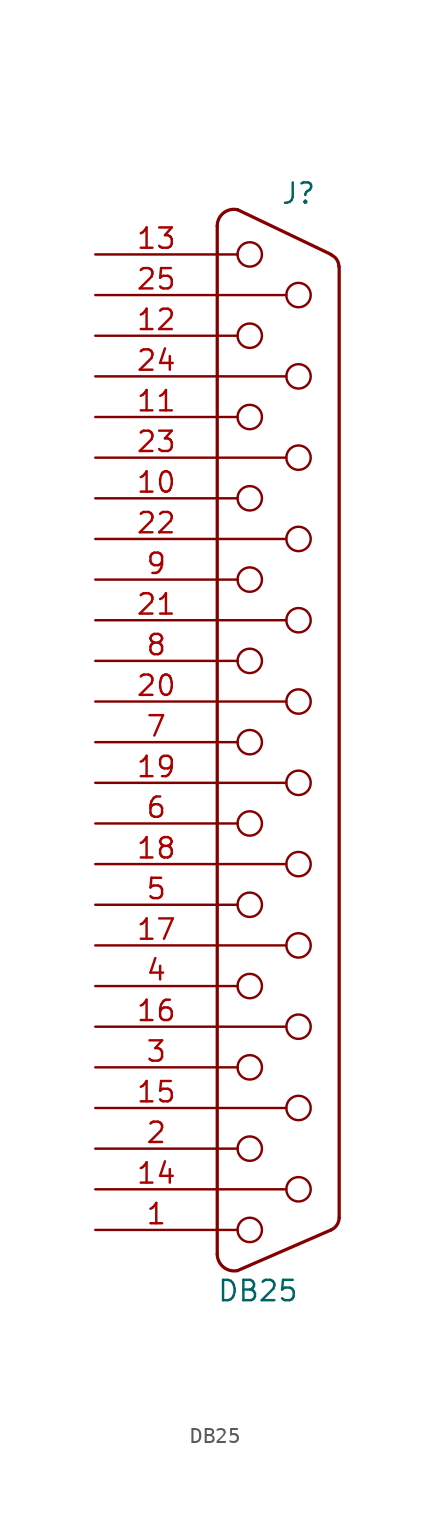
<source format=kicad_sym>
(kicad_symbol_lib
  (version 20211014)
  (generator kicad_symbol_editor)
  (symbol "DB25"
    (pin_names
      (offset 1.016) hide)
    (property "Reference" "J"
      (at 1.27 34.29 0)
      (effects (font (size 1.27 1.27))))
    (property "Value" "DB25"
      (at -1.27 -34.29 0)
      (effects (font (size 1.27 1.27))))
    (property "Footprint" ""
      (at 0 0 0)
      (effects (font (size 1.27 1.27))))
    (property "Datasheet" ""
      (at 0 0 0)
      (effects (font (size 1.27 1.27))))
    (symbol "DB25_0_1"
      (arc (start -3.81 -32.004) (mid -3.4118 -32.8103) (end -2.54 -33.02) (stroke (width 0.2032) (type default) (color 0 0 0 0)) (fill (type none)))
      (arc (start -2.54 33.274) (mid -3.4192 33.0712) (end -3.81 32.258) (stroke (width 0.2032) (type default) (color 0 0 0 0)) (fill (type none)))
      (circle (center -1.778 -30.48) (radius 0.762) (stroke (width 0) (type default) (color 0 0 0 0)) (fill (type none)))
      (circle (center -1.778 -25.4) (radius 0.762) (stroke (width 0) (type default) (color 0 0 0 0)) (fill (type none)))
      (circle (center -1.778 -20.32) (radius 0.762) (stroke (width 0) (type default) (color 0 0 0 0)) (fill (type none)))
      (circle (center -1.778 -15.24) (radius 0.762) (stroke (width 0) (type default) (color 0 0 0 0)) (fill (type none)))
      (circle (center -1.778 -10.16) (radius 0.762) (stroke (width 0) (type default) (color 0 0 0 0)) (fill (type none)))
      (circle (center -1.778 -5.08) (radius 0.762) (stroke (width 0) (type default) (color 0 0 0 0)) (fill (type none)))
      (circle (center -1.778 0) (radius 0.762) (stroke (width 0) (type default) (color 0 0 0 0)) (fill (type none)))
      (circle (center -1.778 5.08) (radius 0.762) (stroke (width 0) (type default) (color 0 0 0 0)) (fill (type none)))
      (circle (center -1.778 10.16) (radius 0.762) (stroke (width 0) (type default) (color 0 0 0 0)) (fill (type none)))
      (circle (center -1.778 15.24) (radius 0.762) (stroke (width 0) (type default) (color 0 0 0 0)) (fill (type none)))
      (circle (center -1.778 20.32) (radius 0.762) (stroke (width 0) (type default) (color 0 0 0 0)) (fill (type none)))
      (circle (center -1.778 25.4) (radius 0.762) (stroke (width 0) (type default) (color 0 0 0 0)) (fill (type none)))
      (circle (center -1.778 30.48) (radius 0.762) (stroke (width 0) (type default) (color 0 0 0 0)) (fill (type none)))
      (polyline (pts (xy -3.81 -32.004) (xy -3.81 32.258)) (stroke (width 0.203) (type default) (color 0 0 0 0)) (fill (type none)))
      (polyline (pts (xy -3.81 -30.48) (xy -2.54 -30.48)) (stroke (width 0) (type default) (color 0 0 0 0)) (fill (type none)))
      (polyline (pts (xy -3.81 -27.94) (xy 0.508 -27.94)) (stroke (width 0) (type default) (color 0 0 0 0)) (fill (type none)))
      (polyline (pts (xy -3.81 -25.4) (xy -2.54 -25.4)) (stroke (width 0) (type default) (color 0 0 0 0)) (fill (type none)))
      (polyline (pts (xy -3.81 -22.86) (xy 0.508 -22.86)) (stroke (width 0) (type default) (color 0 0 0 0)) (fill (type none)))
      (polyline (pts (xy -3.81 -20.32) (xy -2.54 -20.32)) (stroke (width 0) (type default) (color 0 0 0 0)) (fill (type none)))
      (polyline (pts (xy -3.81 -17.78) (xy 0.508 -17.78)) (stroke (width 0) (type default) (color 0 0 0 0)) (fill (type none)))
      (polyline (pts (xy -3.81 -15.24) (xy -2.54 -15.24)) (stroke (width 0) (type default) (color 0 0 0 0)) (fill (type none)))
      (polyline (pts (xy -3.81 -12.7) (xy 0.508 -12.7)) (stroke (width 0) (type default) (color 0 0 0 0)) (fill (type none)))
      (polyline (pts (xy -3.81 -10.16) (xy -2.54 -10.16)) (stroke (width 0) (type default) (color 0 0 0 0)) (fill (type none)))
      (polyline (pts (xy -3.81 -7.62) (xy 0.508 -7.62)) (stroke (width 0) (type default) (color 0 0 0 0)) (fill (type none)))
      (polyline (pts (xy -3.81 -5.08) (xy -2.54 -5.08)) (stroke (width 0) (type default) (color 0 0 0 0)) (fill (type none)))
      (polyline (pts (xy -3.81 -2.54) (xy 0.508 -2.54)) (stroke (width 0) (type default) (color 0 0 0 0)) (fill (type none)))
      (polyline (pts (xy -3.81 0) (xy -2.54 0)) (stroke (width 0) (type default) (color 0 0 0 0)) (fill (type none)))
      (polyline (pts (xy -3.81 2.54) (xy 0.508 2.54)) (stroke (width 0) (type default) (color 0 0 0 0)) (fill (type none)))
      (polyline (pts (xy -3.81 5.08) (xy -2.54 5.08)) (stroke (width 0) (type default) (color 0 0 0 0)) (fill (type none)))
      (polyline (pts (xy -3.81 7.62) (xy 0.508 7.62)) (stroke (width 0) (type default) (color 0 0 0 0)) (fill (type none)))
      (polyline (pts (xy -3.81 10.16) (xy -2.54 10.16)) (stroke (width 0) (type default) (color 0 0 0 0)) (fill (type none)))
      (polyline (pts (xy -3.81 12.7) (xy 0.508 12.7)) (stroke (width 0) (type default) (color 0 0 0 0)) (fill (type none)))
      (polyline (pts (xy -3.81 15.24) (xy -2.54 15.24)) (stroke (width 0) (type default) (color 0 0 0 0)) (fill (type none)))
      (polyline (pts (xy -3.81 17.78) (xy 0.508 17.78)) (stroke (width 0) (type default) (color 0 0 0 0)) (fill (type none)))
      (polyline (pts (xy -3.81 20.32) (xy -2.54 20.32)) (stroke (width 0) (type default) (color 0 0 0 0)) (fill (type none)))
      (polyline (pts (xy -3.81 22.86) (xy 0.508 22.86)) (stroke (width 0) (type default) (color 0 0 0 0)) (fill (type none)))
      (polyline (pts (xy -3.81 25.4) (xy -2.54 25.4)) (stroke (width 0) (type default) (color 0 0 0 0)) (fill (type none)))
      (polyline (pts (xy -3.81 27.94) (xy 0.508 27.94)) (stroke (width 0) (type default) (color 0 0 0 0)) (fill (type none)))
      (polyline (pts (xy -3.81 30.48) (xy -2.54 30.48)) (stroke (width 0) (type default) (color 0 0 0 0)) (fill (type none)))
      (polyline (pts (xy -2.54 -33.02) (xy 3.302 -30.48)) (stroke (width 0.203) (type default) (color 0 0 0 0)) (fill (type none)))
      (polyline (pts (xy 3.302 30.48) (xy -2.54 33.274)) (stroke (width 0.203) (type default) (color 0 0 0 0)) (fill (type none)))
      (polyline (pts (xy 3.81 -29.718) (xy 3.81 29.718)) (stroke (width 0.203) (type default) (color 0 0 0 0)) (fill (type none)))
      (circle (center 1.27 -27.94) (radius 0.762) (stroke (width 0) (type default) (color 0 0 0 0)) (fill (type none)))
      (circle (center 1.27 -22.86) (radius 0.762) (stroke (width 0) (type default) (color 0 0 0 0)) (fill (type none)))
      (circle (center 1.27 -17.78) (radius 0.762) (stroke (width 0) (type default) (color 0 0 0 0)) (fill (type none)))
      (circle (center 1.27 -12.7) (radius 0.762) (stroke (width 0) (type default) (color 0 0 0 0)) (fill (type none)))
      (circle (center 1.27 -7.62) (radius 0.762) (stroke (width 0) (type default) (color 0 0 0 0)) (fill (type none)))
      (circle (center 1.27 -2.54) (radius 0.762) (stroke (width 0) (type default) (color 0 0 0 0)) (fill (type none)))
      (circle (center 1.27 2.54) (radius 0.762) (stroke (width 0) (type default) (color 0 0 0 0)) (fill (type none)))
      (circle (center 1.27 7.62) (radius 0.762) (stroke (width 0) (type default) (color 0 0 0 0)) (fill (type none)))
      (circle (center 1.27 12.7) (radius 0.762) (stroke (width 0) (type default) (color 0 0 0 0)) (fill (type none)))
      (circle (center 1.27 17.78) (radius 0.762) (stroke (width 0) (type default) (color 0 0 0 0)) (fill (type none)))
      (circle (center 1.27 22.86) (radius 0.762) (stroke (width 0) (type default) (color 0 0 0 0)) (fill (type none)))
      (circle (center 1.27 27.94) (radius 0.762) (stroke (width 0) (type default) (color 0 0 0 0)) (fill (type none)))
      (arc (start 3.302 -30.48) (mid 3.6653 -30.1718) (end 3.81 -29.718) (stroke (width 0.2032) (type default) (color 0 0 0 0)) (fill (type none)))
      (arc (start 3.7846 29.718) (mid 3.654 30.1598) (end 3.302 30.4546) (stroke (width 0.2032) (type default) (color 0 0 0 0)) (fill (type none))))
    (symbol "DB25_1_1"
      (pin passive line (at -11.43 -30.48 0) (length 7.62) (name "1" (effects (font (size 1.27 1.27)))) (number "1" (effects (font (size 1.27 1.27)))))
      (pin passive line (at -11.43 15.24 0) (length 7.62) (name "10" (effects (font (size 1.27 1.27)))) (number "10" (effects (font (size 1.27 1.27)))))
      (pin passive line (at -11.43 20.32 0) (length 7.62) (name "11" (effects (font (size 1.27 1.27)))) (number "11" (effects (font (size 1.27 1.27)))))
      (pin passive line (at -11.43 25.4 0) (length 7.62) (name "12" (effects (font (size 1.27 1.27)))) (number "12" (effects (font (size 1.27 1.27)))))
      (pin passive line (at -11.43 30.48 0) (length 7.62) (name "13" (effects (font (size 1.27 1.27)))) (number "13" (effects (font (size 1.27 1.27)))))
      (pin passive line (at -11.43 -27.94 0) (length 7.62) (name "P14" (effects (font (size 1.27 1.27)))) (number "14" (effects (font (size 1.27 1.27)))))
      (pin passive line (at -11.43 -22.86 0) (length 7.62) (name "P15" (effects (font (size 1.27 1.27)))) (number "15" (effects (font (size 1.27 1.27)))))
      (pin passive line (at -11.43 -17.78 0) (length 7.62) (name "P16" (effects (font (size 1.27 1.27)))) (number "16" (effects (font (size 1.27 1.27)))))
      (pin passive line (at -11.43 -12.7 0) (length 7.62) (name "P17" (effects (font (size 1.27 1.27)))) (number "17" (effects (font (size 1.27 1.27)))))
      (pin passive line (at -11.43 -7.62 0) (length 7.62) (name "P18" (effects (font (size 1.27 1.27)))) (number "18" (effects (font (size 1.27 1.27)))))
      (pin passive line (at -11.43 -2.54 0) (length 7.62) (name "P19" (effects (font (size 1.27 1.27)))) (number "19" (effects (font (size 1.27 1.27)))))
      (pin passive line (at -11.43 -25.4 0) (length 7.62) (name "2" (effects (font (size 1.27 1.27)))) (number "2" (effects (font (size 1.27 1.27)))))
      (pin passive line (at -11.43 2.54 0) (length 7.62) (name "P20" (effects (font (size 1.27 1.27)))) (number "20" (effects (font (size 1.27 1.27)))))
      (pin passive line (at -11.43 7.62 0) (length 7.62) (name "P21" (effects (font (size 1.27 1.27)))) (number "21" (effects (font (size 1.27 1.27)))))
      (pin passive line (at -11.43 12.7 0) (length 7.62) (name "P22" (effects (font (size 1.27 1.27)))) (number "22" (effects (font (size 1.27 1.27)))))
      (pin passive line (at -11.43 17.78 0) (length 7.62) (name "P23" (effects (font (size 1.27 1.27)))) (number "23" (effects (font (size 1.27 1.27)))))
      (pin passive line (at -11.43 22.86 0) (length 7.62) (name "P24" (effects (font (size 1.27 1.27)))) (number "24" (effects (font (size 1.27 1.27)))))
      (pin passive line (at -11.43 27.94 0) (length 7.62) (name "P25" (effects (font (size 1.27 1.27)))) (number "25" (effects (font (size 1.27 1.27)))))
      (pin passive line (at -11.43 -20.32 0) (length 7.62) (name "3" (effects (font (size 1.27 1.27)))) (number "3" (effects (font (size 1.27 1.27)))))
      (pin passive line (at -11.43 -15.24 0) (length 7.62) (name "4" (effects (font (size 1.27 1.27)))) (number "4" (effects (font (size 1.27 1.27)))))
      (pin passive line (at -11.43 -10.16 0) (length 7.62) (name "5" (effects (font (size 1.27 1.27)))) (number "5" (effects (font (size 1.27 1.27)))))
      (pin passive line (at -11.43 -5.08 0) (length 7.62) (name "6" (effects (font (size 1.27 1.27)))) (number "6" (effects (font (size 1.27 1.27)))))
      (pin passive line (at -11.43 0 0) (length 7.62) (name "7" (effects (font (size 1.27 1.27)))) (number "7" (effects (font (size 1.27 1.27)))))
      (pin passive line (at -11.43 5.08 0) (length 7.62) (name "8" (effects (font (size 1.27 1.27)))) (number "8" (effects (font (size 1.27 1.27)))))
      (pin passive line (at -11.43 10.16 0) (length 7.62) (name "9" (effects (font (size 1.27 1.27)))) (number "9" (effects (font (size 1.27 1.27))))))))
</source>
